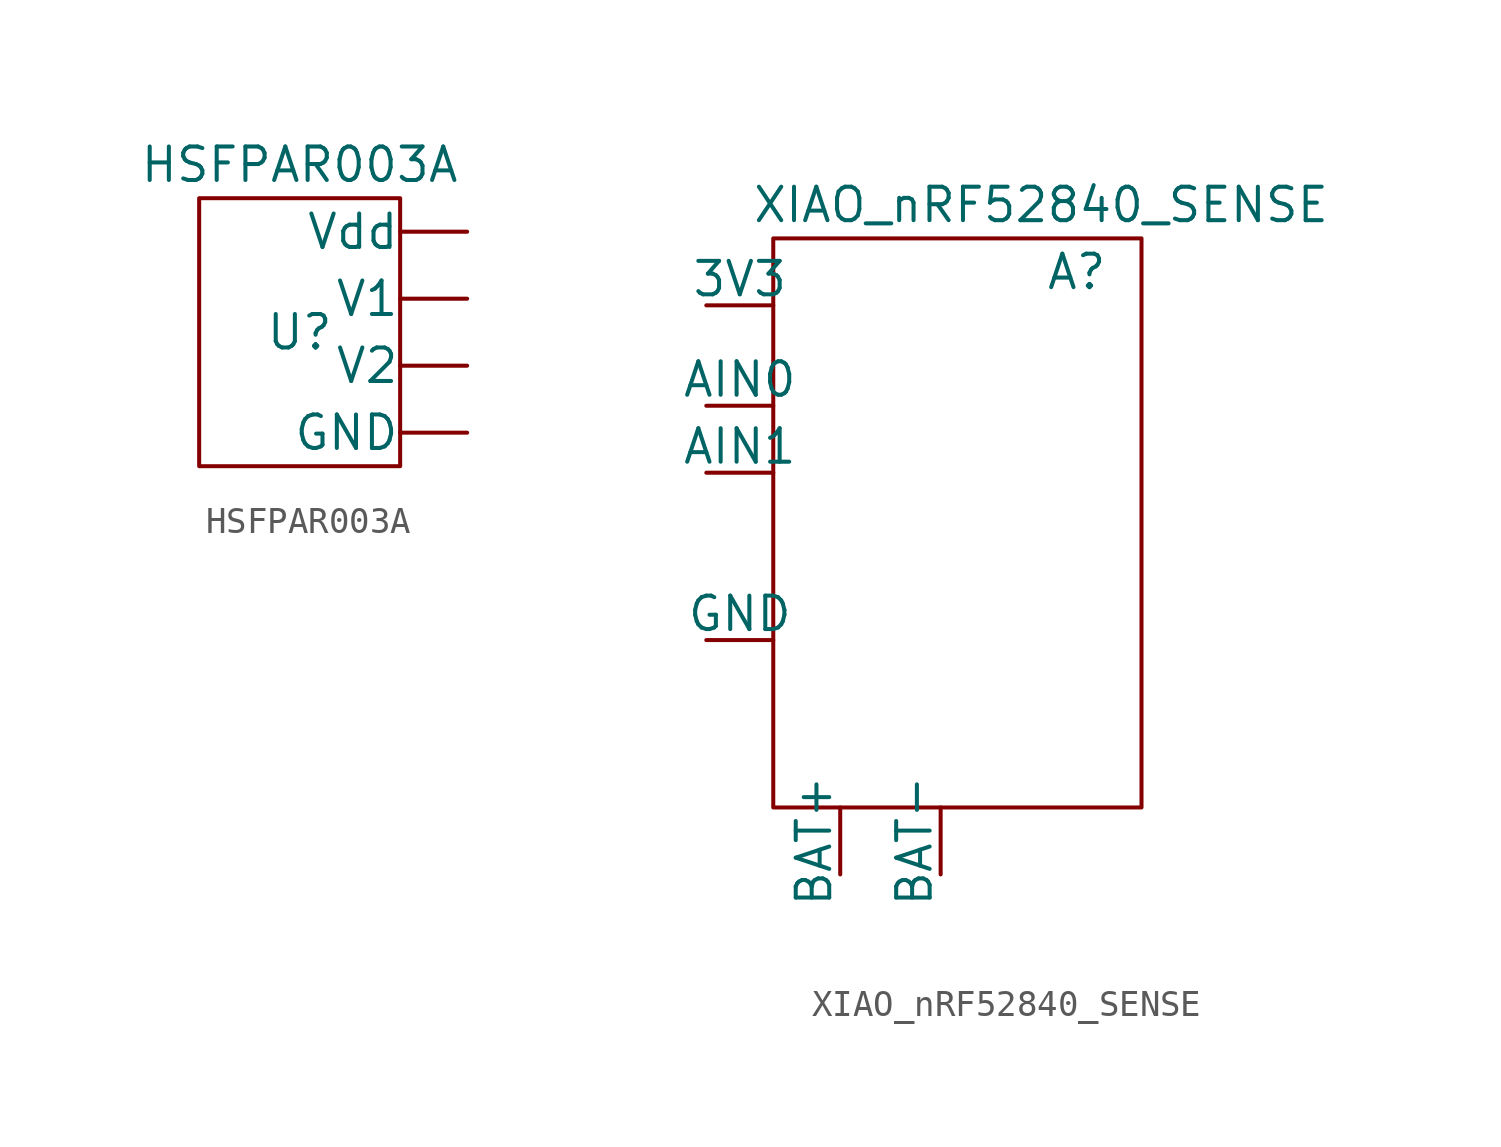
<source format=kicad_sym>
(kicad_symbol_lib
  (version 20220914)
  (generator kicad_symbol_editor)
  (symbol "HSFPAR003A"
    (pin_names
      (offset 0.002))
    (property "Reference" "U"
      (at 0 0 0)
      (effects (font (size 1.27 1.27))))
    (property "Value" "HSFPAR003A"
      (at 0 6.35 0)
      (effects (font (size 1.27 1.27))))
    (symbol "HSFPAR003A_0_1"
      (rectangle (start -3.81 5.08) (end 3.81 -5.08) (stroke (width 0) (type default)) (fill (type none))))
    (symbol "HSFPAR003A_1_1"
      (pin input line (at 6.35 -3.81 180) (length 2.54) (name "GND" (effects (font (size 1.27 1.27)))) (number "" (effects (font (size 1.27 1.27)))))
      (pin output line (at 6.35 1.27 180) (length 2.54) (name "V1" (effects (font (size 1.27 1.27)))) (number "" (effects (font (size 1.27 1.27)))))
      (pin output line (at 6.35 -1.27 180) (length 2.54) (name "V2" (effects (font (size 1.27 1.27)))) (number "" (effects (font (size 1.27 1.27)))))
      (pin input line (at 6.35 3.81 180) (length 2.54) (name "Vdd" (effects (font (size 1.27 1.27)))) (number "" (effects (font (size 1.27 1.27)))))))
  (symbol "XIAO_nRF52840_SENSE"
    (pin_names
      (offset 0))
    (property "Reference" "A"
      (at 5.08 7.62 0)
      (effects (font (size 1.27 1.27)) (justify right)))
    (property "Value" "XIAO_nRF52840_SENSE"
      (at 2.54 10.16 0)
      (effects (font (size 1.27 1.27))))
    (symbol "XIAO_nRF52840_SENSE_0_1"
      (rectangle (start -7.62 8.89) (end 6.35 -12.7) (stroke (width 0) (type default)) (fill (type none))))
    (symbol "XIAO_nRF52840_SENSE_1_1"
      (pin output line (at -7.62 6.35 180) (length 2.54) (name "3V3" (effects (font (size 1.27 1.27)))) (number "" (effects (font (size 1.27 1.27)))))
      (pin input line (at -7.62 2.54 180) (length 2.54) (name "AIN0" (effects (font (size 1.27 1.27)))) (number "" (effects (font (size 1.27 1.27)))))
      (pin input line (at -7.62 0 180) (length 2.54) (name "AIN1" (effects (font (size 1.27 1.27)))) (number "" (effects (font (size 1.27 1.27)))))
      (pin bidirectional line (at -5.08 -12.7 270) (length 2.54) (name "BAT+" (effects (font (size 1.27 1.27)))) (number "" (effects (font (size 1.27 1.27)))))
      (pin bidirectional line (at -1.27 -12.7 270) (length 2.54) (name "BAT-" (effects (font (size 1.27 1.27)))) (number "" (effects (font (size 1.27 1.27)))))
      (pin output line (at -7.62 -6.35 180) (length 2.54) (name "GND" (effects (font (size 1.27 1.27)))) (number "" (effects (font (size 1.27 1.27))))))))
</source>
